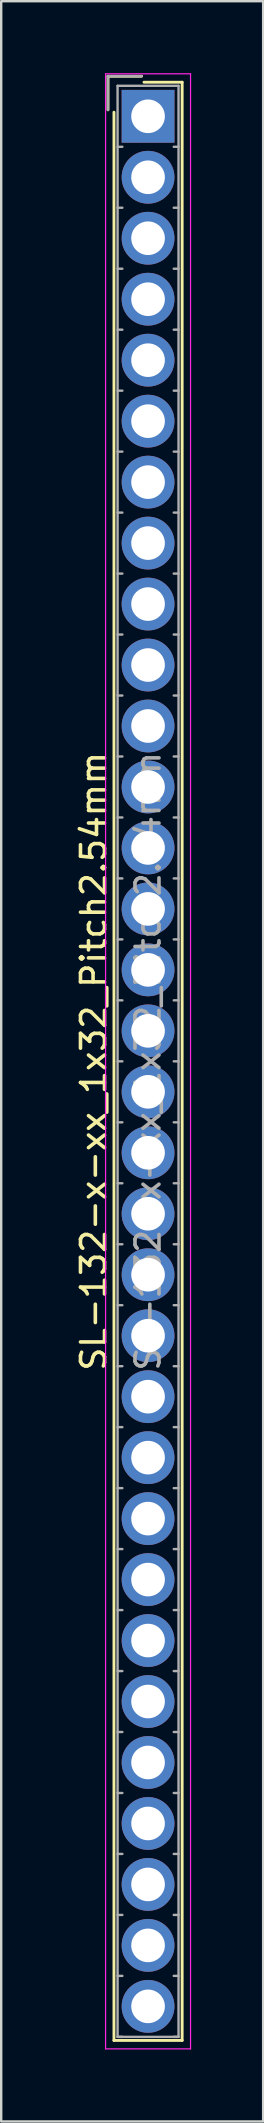
<source format=kicad_pcb>
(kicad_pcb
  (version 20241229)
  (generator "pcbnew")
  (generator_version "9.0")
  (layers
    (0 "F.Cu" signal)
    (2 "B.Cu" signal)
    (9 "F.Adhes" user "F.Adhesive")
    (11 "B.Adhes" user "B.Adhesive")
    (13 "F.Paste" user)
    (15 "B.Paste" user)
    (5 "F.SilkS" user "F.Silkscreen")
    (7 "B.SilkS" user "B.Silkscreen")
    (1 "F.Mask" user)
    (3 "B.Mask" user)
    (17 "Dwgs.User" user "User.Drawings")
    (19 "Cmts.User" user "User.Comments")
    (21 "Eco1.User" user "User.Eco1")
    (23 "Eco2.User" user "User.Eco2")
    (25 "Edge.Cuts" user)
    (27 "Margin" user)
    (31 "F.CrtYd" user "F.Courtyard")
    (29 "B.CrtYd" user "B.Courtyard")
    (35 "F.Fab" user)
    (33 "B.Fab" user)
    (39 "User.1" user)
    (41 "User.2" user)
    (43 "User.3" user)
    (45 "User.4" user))
  (footprint "SL-132-x-xx_1x32_Pitch2.54mm"
    (layer "F.Cu")
    (at 3.118 1.795)
    (property "Reference" "SL-132-x-xx_1x32_Pitch2.54mm" (at -2.27 39.37 90) (layer "F.SilkS") (effects (font (size 1 1) (thickness 0.15))))
    (attr through_hole)
    (fp_line (start -1.67 -1.67) (end -1.67 -0.27) (stroke (width 0.12) (type solid)) (layer "F.SilkS"))
    (fp_line (start -1.42 80.16) (end -1.42 -0.17) (stroke (width 0.12) (type solid)) (layer "F.SilkS"))
    (fp_line (start -0.27 -1.67) (end -1.67 -1.67) (stroke (width 0.12) (type solid)) (layer "F.SilkS"))
    (fp_line (start -0.17 -1.42) (end 1.42 -1.42) (stroke (width 0.12) (type solid)) (layer "F.SilkS"))
    (fp_line (start 1.42 -1.42) (end 1.42 80.16) (stroke (width 0.12) (type solid)) (layer "F.SilkS"))
    (fp_line (start 1.42 80.16) (end -1.42 80.16) (stroke (width 0.12) (type solid)) (layer "F.SilkS"))
    (fp_line (start -1.77 -1.77) (end -1.77 80.51) (stroke (width 0.05) (type solid)) (layer "F.CrtYd"))
    (fp_line (start -1.77 80.51) (end 1.77 80.51) (stroke (width 0.05) (type solid)) (layer "F.CrtYd"))
    (fp_line (start 1.77 -1.77) (end -1.77 -1.77) (stroke (width 0.05) (type solid)) (layer "F.CrtYd"))
    (fp_line (start 1.77 80.51) (end 1.77 -1.77) (stroke (width 0.05) (type solid)) (layer "F.CrtYd"))
    (fp_line (start -1.67 -1.67) (end -1.67 -0.27) (stroke (width 0.1) (type solid)) (layer "F.Fab"))
    (fp_line (start -1.27 -1.27) (end -1.27 80.01) (stroke (width 0.1) (type solid)) (layer "F.Fab"))
    (fp_line (start -1.27 1.27) (end -1.07 1.27) (stroke (width 0.1) (type solid)) (layer "F.Fab"))
    (fp_line (start -1.27 3.81) (end -1.07 3.81) (stroke (width 0.1) (type solid)) (layer "F.Fab"))
    (fp_line (start -1.27 6.35) (end -1.07 6.35) (stroke (width 0.1) (type solid)) (layer "F.Fab"))
    (fp_line (start -1.27 8.89) (end -1.07 8.89) (stroke (width 0.1) (type solid)) (layer "F.Fab"))
    (fp_line (start -1.27 11.43) (end -1.07 11.43) (stroke (width 0.1) (type solid)) (layer "F.Fab"))
    (fp_line (start -1.27 13.97) (end -1.07 13.97) (stroke (width 0.1) (type solid)) (layer "F.Fab"))
    (fp_line (start -1.27 16.51) (end -1.07 16.51) (stroke (width 0.1) (type solid)) (layer "F.Fab"))
    (fp_line (start -1.27 19.05) (end -1.07 19.05) (stroke (width 0.1) (type solid)) (layer "F.Fab"))
    (fp_line (start -1.27 21.59) (end -1.07 21.59) (stroke (width 0.1) (type solid)) (layer "F.Fab"))
    (fp_line (start -1.27 24.13) (end -1.07 24.13) (stroke (width 0.1) (type solid)) (layer "F.Fab"))
    (fp_line (start -1.27 26.67) (end -1.07 26.67) (stroke (width 0.1) (type solid)) (layer "F.Fab"))
    (fp_line (start -1.27 29.21) (end -1.07 29.21) (stroke (width 0.1) (type solid)) (layer "F.Fab"))
    (fp_line (start -1.27 31.75) (end -1.07 31.75) (stroke (width 0.1) (type solid)) (layer "F.Fab"))
    (fp_line (start -1.27 34.29) (end -1.07 34.29) (stroke (width 0.1) (type solid)) (layer "F.Fab"))
    (fp_line (start -1.27 36.83) (end -1.07 36.83) (stroke (width 0.1) (type solid)) (layer "F.Fab"))
    (fp_line (start -1.27 39.37) (end -1.07 39.37) (stroke (width 0.1) (type solid)) (layer "F.Fab"))
    (fp_line (start -1.27 41.91) (end -1.07 41.91) (stroke (width 0.1) (type solid)) (layer "F.Fab"))
    (fp_line (start -1.27 44.45) (end -1.07 44.45) (stroke (width 0.1) (type solid)) (layer "F.Fab"))
    (fp_line (start -1.27 46.99) (end -1.07 46.99) (stroke (width 0.1) (type solid)) (layer "F.Fab"))
    (fp_line (start -1.27 49.53) (end -1.07 49.53) (stroke (width 0.1) (type solid)) (layer "F.Fab"))
    (fp_line (start -1.27 52.07) (end -1.07 52.07) (stroke (width 0.1) (type solid)) (layer "F.Fab"))
    (fp_line (start -1.27 54.61) (end -1.07 54.61) (stroke (width 0.1) (type solid)) (layer "F.Fab"))
    (fp_line (start -1.27 57.15) (end -1.07 57.15) (stroke (width 0.1) (type solid)) (layer "F.Fab"))
    (fp_line (start -1.27 59.69) (end -1.07 59.69) (stroke (width 0.1) (type solid)) (layer "F.Fab"))
    (fp_line (start -1.27 62.23) (end -1.07 62.23) (stroke (width 0.1) (type solid)) (layer "F.Fab"))
    (fp_line (start -1.27 64.77) (end -1.07 64.77) (stroke (width 0.1) (type solid)) (layer "F.Fab"))
    (fp_line (start -1.27 67.31) (end -1.07 67.31) (stroke (width 0.1) (type solid)) (layer "F.Fab"))
    (fp_line (start -1.27 69.85) (end -1.07 69.85) (stroke (width 0.1) (type solid)) (layer "F.Fab"))
    (fp_line (start -1.27 72.39) (end -1.07 72.39) (stroke (width 0.1) (type solid)) (layer "F.Fab"))
    (fp_line (start -1.27 74.93) (end -1.07 74.93) (stroke (width 0.1) (type solid)) (layer "F.Fab"))
    (fp_line (start -1.27 77.47) (end -1.07 77.47) (stroke (width 0.1) (type solid)) (layer "F.Fab"))
    (fp_line (start -1.27 80.01) (end -1.07 80.01) (stroke (width 0.1) (type solid)) (layer "F.Fab"))
    (fp_line (start -1.27 80.01) (end 1.27 80.01) (stroke (width 0.1) (type solid)) (layer "F.Fab"))
    (fp_line (start -0.27 -1.67) (end -1.67 -1.67) (stroke (width 0.1) (type solid)) (layer "F.Fab"))
    (fp_line (start 1.27 -1.27) (end -1.27 -1.27) (stroke (width 0.1) (type solid)) (layer "F.Fab"))
    (fp_line (start 1.27 1.27) (end 1.07 1.27) (stroke (width 0.1) (type solid)) (layer "F.Fab"))
    (fp_line (start 1.27 3.81) (end 1.07 3.81) (stroke (width 0.1) (type solid)) (layer "F.Fab"))
    (fp_line (start 1.27 6.35) (end 1.07 6.35) (stroke (width 0.1) (type solid)) (layer "F.Fab"))
    (fp_line (start 1.27 8.89) (end 1.07 8.89) (stroke (width 0.1) (type solid)) (layer "F.Fab"))
    (fp_line (start 1.27 11.43) (end 1.07 11.43) (stroke (width 0.1) (type solid)) (layer "F.Fab"))
    (fp_line (start 1.27 13.97) (end 1.07 13.97) (stroke (width 0.1) (type solid)) (layer "F.Fab"))
    (fp_line (start 1.27 16.51) (end 1.07 16.51) (stroke (width 0.1) (type solid)) (layer "F.Fab"))
    (fp_line (start 1.27 19.05) (end 1.07 19.05) (stroke (width 0.1) (type solid)) (layer "F.Fab"))
    (fp_line (start 1.27 21.59) (end 1.07 21.59) (stroke (width 0.1) (type solid)) (layer "F.Fab"))
    (fp_line (start 1.27 24.13) (end 1.07 24.13) (stroke (width 0.1) (type solid)) (layer "F.Fab"))
    (fp_line (start 1.27 26.67) (end 1.07 26.67) (stroke (width 0.1) (type solid)) (layer "F.Fab"))
    (fp_line (start 1.27 29.21) (end 1.07 29.21) (stroke (width 0.1) (type solid)) (layer "F.Fab"))
    (fp_line (start 1.27 31.75) (end 1.07 31.75) (stroke (width 0.1) (type solid)) (layer "F.Fab"))
    (fp_line (start 1.27 34.29) (end 1.07 34.29) (stroke (width 0.1) (type solid)) (layer "F.Fab"))
    (fp_line (start 1.27 36.83) (end 1.07 36.83) (stroke (width 0.1) (type solid)) (layer "F.Fab"))
    (fp_line (start 1.27 39.37) (end 1.07 39.37) (stroke (width 0.1) (type solid)) (layer "F.Fab"))
    (fp_line (start 1.27 41.91) (end 1.07 41.91) (stroke (width 0.1) (type solid)) (layer "F.Fab"))
    (fp_line (start 1.27 44.45) (end 1.07 44.45) (stroke (width 0.1) (type solid)) (layer "F.Fab"))
    (fp_line (start 1.27 46.99) (end 1.07 46.99) (stroke (width 0.1) (type solid)) (layer "F.Fab"))
    (fp_line (start 1.27 49.53) (end 1.07 49.53) (stroke (width 0.1) (type solid)) (layer "F.Fab"))
    (fp_line (start 1.27 52.07) (end 1.07 52.07) (stroke (width 0.1) (type solid)) (layer "F.Fab"))
    (fp_line (start 1.27 54.61) (end 1.07 54.61) (stroke (width 0.1) (type solid)) (layer "F.Fab"))
    (fp_line (start 1.27 57.15) (end 1.07 57.15) (stroke (width 0.1) (type solid)) (layer "F.Fab"))
    (fp_line (start 1.27 59.69) (end 1.07 59.69) (stroke (width 0.1) (type solid)) (layer "F.Fab"))
    (fp_line (start 1.27 62.23) (end 1.07 62.23) (stroke (width 0.1) (type solid)) (layer "F.Fab"))
    (fp_line (start 1.27 64.77) (end 1.07 64.77) (stroke (width 0.1) (type solid)) (layer "F.Fab"))
    (fp_line (start 1.27 67.31) (end 1.07 67.31) (stroke (width 0.1) (type solid)) (layer "F.Fab"))
    (fp_line (start 1.27 69.85) (end 1.07 69.85) (stroke (width 0.1) (type solid)) (layer "F.Fab"))
    (fp_line (start 1.27 72.39) (end 1.07 72.39) (stroke (width 0.1) (type solid)) (layer "F.Fab"))
    (fp_line (start 1.27 74.93) (end 1.07 74.93) (stroke (width 0.1) (type solid)) (layer "F.Fab"))
    (fp_line (start 1.27 77.47) (end 1.07 77.47) (stroke (width 0.1) (type solid)) (layer "F.Fab"))
    (fp_line (start 1.27 80.01) (end 1.07 80.01) (stroke (width 0.1) (type solid)) (layer "F.Fab"))
    (fp_line (start 1.27 80.01) (end 1.27 -1.27) (stroke (width 0.1) (type solid)) (layer "F.Fab"))
    (fp_text user "${REFERENCE}" (at 0 39.37 90) (layer "F.Fab") (effects (font (size 1 1) (thickness 0.15))))
    (pad "1" thru_hole rect (at 0 0) (size 2.2 2.2) (drill 1.4) (layers "*.Cu" "*.Mask"))
    (pad "2" thru_hole circle (at 0 2.54) (size 2.2 2.2) (drill 1.4) (layers "*.Cu" "*.Mask"))
    (pad "3" thru_hole circle (at 0 5.08) (size 2.2 2.2) (drill 1.4) (layers "*.Cu" "*.Mask"))
    (pad "4" thru_hole circle (at 0 7.62) (size 2.2 2.2) (drill 1.4) (layers "*.Cu" "*.Mask"))
    (pad "5" thru_hole circle (at 0 10.16) (size 2.2 2.2) (drill 1.4) (layers "*.Cu" "*.Mask"))
    (pad "6" thru_hole circle (at 0 12.7) (size 2.2 2.2) (drill 1.4) (layers "*.Cu" "*.Mask"))
    (pad "7" thru_hole circle (at 0 15.24) (size 2.2 2.2) (drill 1.4) (layers "*.Cu" "*.Mask"))
    (pad "8" thru_hole circle (at 0 17.78) (size 2.2 2.2) (drill 1.4) (layers "*.Cu" "*.Mask"))
    (pad "9" thru_hole circle (at 0 20.32) (size 2.2 2.2) (drill 1.4) (layers "*.Cu" "*.Mask"))
    (pad "10" thru_hole circle (at 0 22.86) (size 2.2 2.2) (drill 1.4) (layers "*.Cu" "*.Mask"))
    (pad "11" thru_hole circle (at 0 25.4) (size 2.2 2.2) (drill 1.4) (layers "*.Cu" "*.Mask"))
    (pad "12" thru_hole circle (at 0 27.94) (size 2.2 2.2) (drill 1.4) (layers "*.Cu" "*.Mask"))
    (pad "13" thru_hole circle (at 0 30.48) (size 2.2 2.2) (drill 1.4) (layers "*.Cu" "*.Mask"))
    (pad "14" thru_hole circle (at 0 33.02) (size 2.2 2.2) (drill 1.4) (layers "*.Cu" "*.Mask"))
    (pad "15" thru_hole circle (at 0 35.56) (size 2.2 2.2) (drill 1.4) (layers "*.Cu" "*.Mask"))
    (pad "16" thru_hole circle (at 0 38.1) (size 2.2 2.2) (drill 1.4) (layers "*.Cu" "*.Mask"))
    (pad "17" thru_hole circle (at 0 40.64) (size 2.2 2.2) (drill 1.4) (layers "*.Cu" "*.Mask"))
    (pad "18" thru_hole circle (at 0 43.18) (size 2.2 2.2) (drill 1.4) (layers "*.Cu" "*.Mask"))
    (pad "19" thru_hole circle (at 0 45.72) (size 2.2 2.2) (drill 1.4) (layers "*.Cu" "*.Mask"))
    (pad "20" thru_hole circle (at 0 48.26) (size 2.2 2.2) (drill 1.4) (layers "*.Cu" "*.Mask"))
    (pad "21" thru_hole circle (at 0 50.8) (size 2.2 2.2) (drill 1.4) (layers "*.Cu" "*.Mask"))
    (pad "22" thru_hole circle (at 0 53.34) (size 2.2 2.2) (drill 1.4) (layers "*.Cu" "*.Mask"))
    (pad "23" thru_hole circle (at 0 55.88) (size 2.2 2.2) (drill 1.4) (layers "*.Cu" "*.Mask"))
    (pad "24" thru_hole circle (at 0 58.42) (size 2.2 2.2) (drill 1.4) (layers "*.Cu" "*.Mask"))
    (pad "25" thru_hole circle (at 0 60.96) (size 2.2 2.2) (drill 1.4) (layers "*.Cu" "*.Mask"))
    (pad "26" thru_hole circle (at 0 63.5) (size 2.2 2.2) (drill 1.4) (layers "*.Cu" "*.Mask"))
    (pad "27" thru_hole circle (at 0 66.04) (size 2.2 2.2) (drill 1.4) (layers "*.Cu" "*.Mask"))
    (pad "28" thru_hole circle (at 0 68.58) (size 2.2 2.2) (drill 1.4) (layers "*.Cu" "*.Mask"))
    (pad "29" thru_hole circle (at 0 71.12) (size 2.2 2.2) (drill 1.4) (layers "*.Cu" "*.Mask"))
    (pad "30" thru_hole circle (at 0 73.66) (size 2.2 2.2) (drill 1.4) (layers "*.Cu" "*.Mask"))
    (pad "31" thru_hole circle (at 0 76.2) (size 2.2 2.2) (drill 1.4) (layers "*.Cu" "*.Mask"))
    (pad "32" thru_hole circle (at 0 78.74) (size 2.2 2.2) (drill 1.4) (layers "*.Cu" "*.Mask")))
  (gr_rect
    (start -3 -3)
    (end 7.913 85.33)
    (stroke (width 0.1) (type default))
    (fill no)
    (layer "Edge.Cuts")))
</source>
